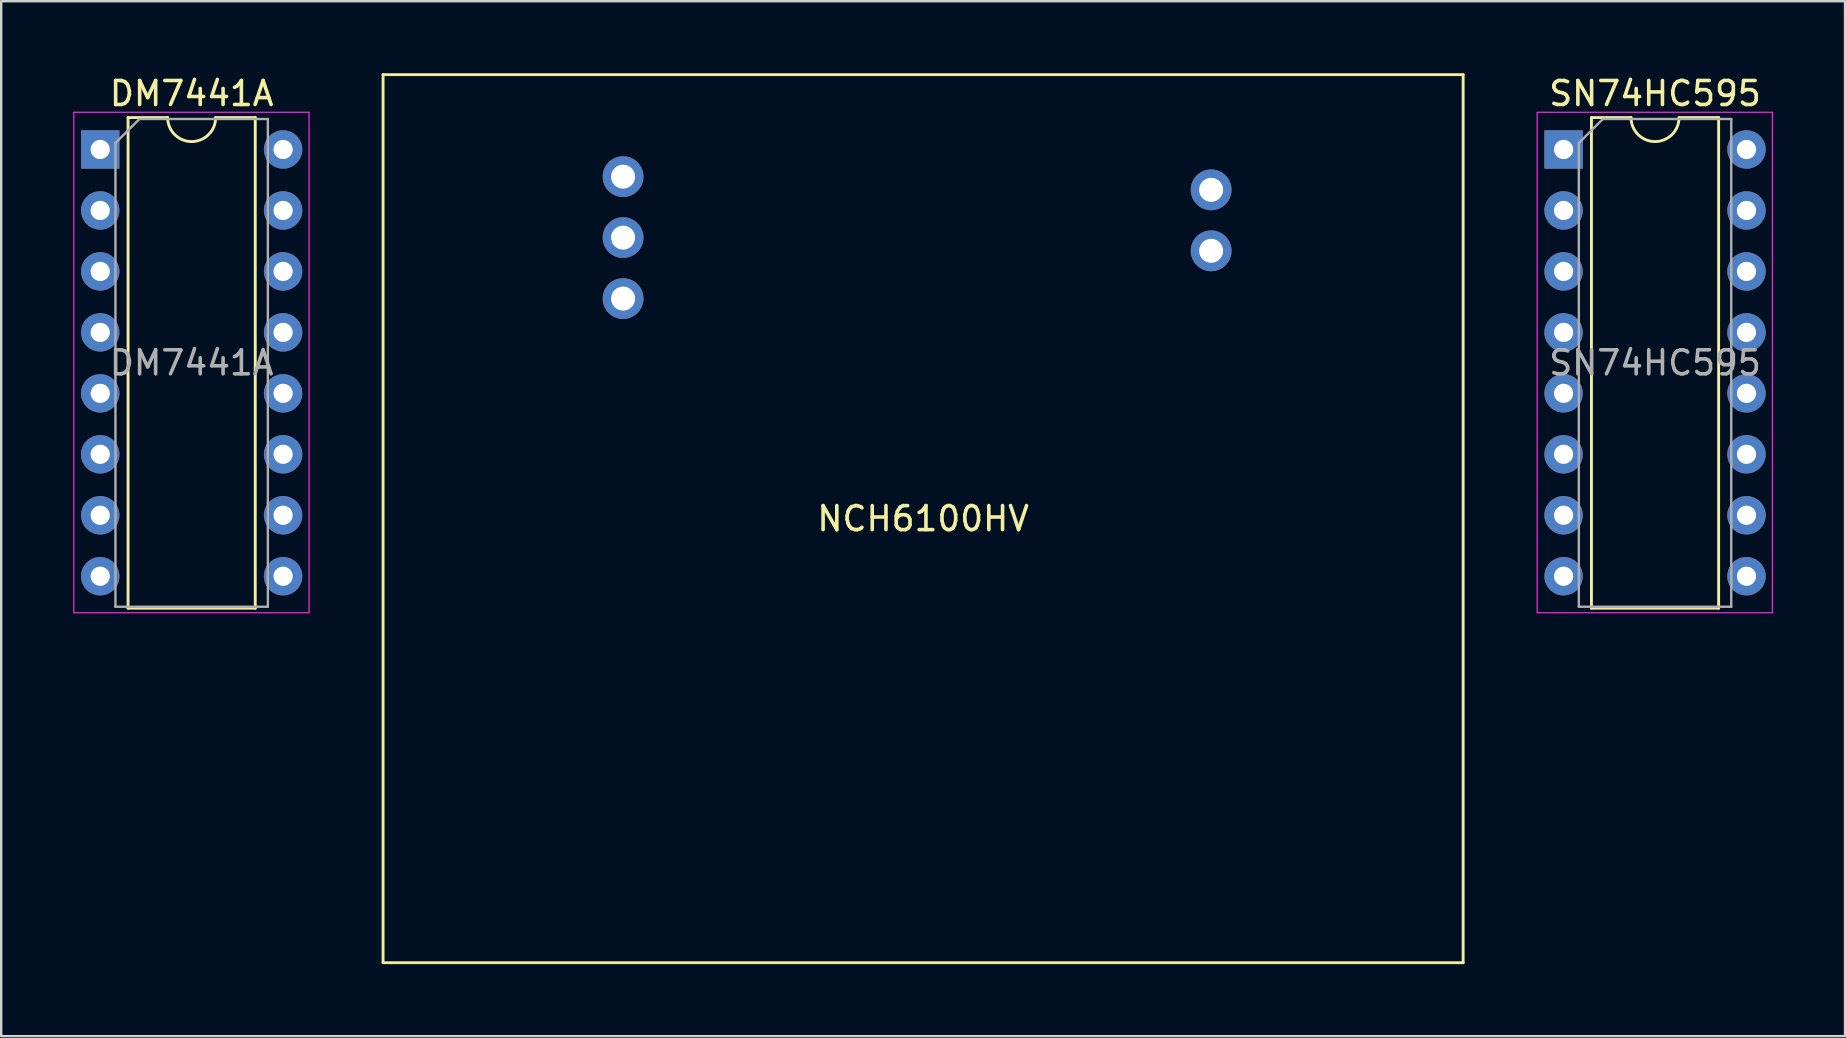
<source format=kicad_pcb>
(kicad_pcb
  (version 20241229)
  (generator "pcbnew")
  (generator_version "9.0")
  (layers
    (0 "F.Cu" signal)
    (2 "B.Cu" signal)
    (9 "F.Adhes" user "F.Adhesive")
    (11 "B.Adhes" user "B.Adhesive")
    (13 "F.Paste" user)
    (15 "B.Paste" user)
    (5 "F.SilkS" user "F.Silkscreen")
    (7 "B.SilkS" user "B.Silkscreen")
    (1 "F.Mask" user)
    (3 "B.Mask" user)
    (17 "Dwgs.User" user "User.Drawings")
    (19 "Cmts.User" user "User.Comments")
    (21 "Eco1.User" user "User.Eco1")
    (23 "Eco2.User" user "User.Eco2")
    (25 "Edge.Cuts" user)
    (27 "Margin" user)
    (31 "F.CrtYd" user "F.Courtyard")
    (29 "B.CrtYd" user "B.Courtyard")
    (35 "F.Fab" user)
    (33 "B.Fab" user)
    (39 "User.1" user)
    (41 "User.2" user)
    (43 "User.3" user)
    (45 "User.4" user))
  (footprint "DM7441A"
    (layer "F.Cu")
    (at 1.125 3.178)
    (property "Reference" "DM7441A" (at 3.81 -2.33 0) (layer "F.SilkS") (effects (font (size 1 1) (thickness 0.15))))
    (attr through_hole)
    (fp_line (start 1.16 -1.33) (end 1.16 19.11) (stroke (width 0.12) (type solid)) (layer "F.SilkS"))
    (fp_line (start 1.16 19.11) (end 6.46 19.11) (stroke (width 0.12) (type solid)) (layer "F.SilkS"))
    (fp_line (start 2.81 -1.33) (end 1.16 -1.33) (stroke (width 0.12) (type solid)) (layer "F.SilkS"))
    (fp_line (start 6.46 -1.33) (end 4.81 -1.33) (stroke (width 0.12) (type solid)) (layer "F.SilkS"))
    (fp_line (start 6.46 19.11) (end 6.46 -1.33) (stroke (width 0.12) (type solid)) (layer "F.SilkS"))
    (fp_arc (start 4.81 -1.33) (mid 3.81 -0.33) (end 2.81 -1.33) (stroke (width 0.12) (type solid)) (layer "F.SilkS"))
    (fp_line (start -1.1 -1.55) (end -1.1 19.3) (stroke (width 0.05) (type solid)) (layer "F.CrtYd"))
    (fp_line (start -1.1 19.3) (end 8.7 19.3) (stroke (width 0.05) (type solid)) (layer "F.CrtYd"))
    (fp_line (start 8.7 -1.55) (end -1.1 -1.55) (stroke (width 0.05) (type solid)) (layer "F.CrtYd"))
    (fp_line (start 8.7 19.3) (end 8.7 -1.55) (stroke (width 0.05) (type solid)) (layer "F.CrtYd"))
    (fp_line (start 0.635 -0.27) (end 1.635 -1.27) (stroke (width 0.1) (type solid)) (layer "F.Fab"))
    (fp_line (start 0.635 19.05) (end 0.635 -0.27) (stroke (width 0.1) (type solid)) (layer "F.Fab"))
    (fp_line (start 1.635 -1.27) (end 6.985 -1.27) (stroke (width 0.1) (type solid)) (layer "F.Fab"))
    (fp_line (start 6.985 -1.27) (end 6.985 19.05) (stroke (width 0.1) (type solid)) (layer "F.Fab"))
    (fp_line (start 6.985 19.05) (end 0.635 19.05) (stroke (width 0.1) (type solid)) (layer "F.Fab"))
    (fp_text user "${REFERENCE}" (at 3.81 8.89 0) (layer "F.Fab") (effects (font (size 1 1) (thickness 0.15))))
    (pad "GND" thru_hole oval (at 7.62 10.16) (size 1.6 1.6) (drill 0.8) (layers "*.Cu" "*.Mask"))
    (pad "IN_A" thru_hole oval (at 0 5.08) (size 1.6 1.6) (drill 0.8) (layers "*.Cu" "*.Mask"))
    (pad "IN_B" thru_hole oval (at 0 12.7) (size 1.6 1.6) (drill 0.8) (layers "*.Cu" "*.Mask"))
    (pad "IN_C" thru_hole oval (at 0 15.24) (size 1.6 1.6) (drill 0.8) (layers "*.Cu" "*.Mask"))
    (pad "IN_D" thru_hole oval (at 0 7.62) (size 1.6 1.6) (drill 0.8) (layers "*.Cu" "*.Mask"))
    (pad "OUT_0" thru_hole oval (at 7.62 0) (size 1.6 1.6) (drill 0.8) (layers "*.Cu" "*.Mask"))
    (pad "OUT_1" thru_hole oval (at 7.62 2.54) (size 1.6 1.6) (drill 0.8) (layers "*.Cu" "*.Mask"))
    (pad "OUT_2" thru_hole oval (at 0 17.78) (size 1.6 1.6) (drill 0.8) (layers "*.Cu" "*.Mask"))
    (pad "OUT_3" thru_hole oval (at 7.62 17.78) (size 1.6 1.6) (drill 0.8) (layers "*.Cu" "*.Mask"))
    (pad "OUT_5" thru_hole oval (at 7.62 5.08) (size 1.6 1.6) (drill 0.8) (layers "*.Cu" "*.Mask"))
    (pad "OUT_5" thru_hole oval (at 7.62 7.62) (size 1.6 1.6) (drill 0.8) (layers "*.Cu" "*.Mask"))
    (pad "OUT_6" thru_hole oval (at 7.62 12.7) (size 1.6 1.6) (drill 0.8) (layers "*.Cu" "*.Mask"))
    (pad "OUT_7" thru_hole oval (at 7.62 15.24) (size 1.6 1.6) (drill 0.8) (layers "*.Cu" "*.Mask"))
    (pad "OUT_8" thru_hole rect (at 0 0) (size 1.6 1.6) (drill 0.8) (layers "*.Cu" "*.Mask"))
    (pad "OUT_9" thru_hole oval (at 0 2.54) (size 1.6 1.6) (drill 0.8) (layers "*.Cu" "*.Mask"))
    (pad "VCC" thru_hole oval (at 0 10.16) (size 1.6 1.6) (drill 0.8) (layers "*.Cu" "*.Mask")))
  (footprint "SN74HC595"
    (layer "F.Cu")
    (at 62.095 3.178)
    (property "Reference" "SN74HC595" (at 3.81 -2.33 0) (layer "F.SilkS") (effects (font (size 1 1) (thickness 0.15))))
    (attr through_hole)
    (fp_line (start 1.16 -1.33) (end 1.16 19.11) (stroke (width 0.12) (type solid)) (layer "F.SilkS"))
    (fp_line (start 1.16 19.11) (end 6.46 19.11) (stroke (width 0.12) (type solid)) (layer "F.SilkS"))
    (fp_line (start 2.81 -1.33) (end 1.16 -1.33) (stroke (width 0.12) (type solid)) (layer "F.SilkS"))
    (fp_line (start 6.46 -1.33) (end 4.81 -1.33) (stroke (width 0.12) (type solid)) (layer "F.SilkS"))
    (fp_line (start 6.46 19.11) (end 6.46 -1.33) (stroke (width 0.12) (type solid)) (layer "F.SilkS"))
    (fp_arc (start 4.81 -1.33) (mid 3.81 -0.33) (end 2.81 -1.33) (stroke (width 0.12) (type solid)) (layer "F.SilkS"))
    (fp_line (start -1.1 -1.55) (end -1.1 19.3) (stroke (width 0.05) (type solid)) (layer "F.CrtYd"))
    (fp_line (start -1.1 19.3) (end 8.7 19.3) (stroke (width 0.05) (type solid)) (layer "F.CrtYd"))
    (fp_line (start 8.7 -1.55) (end -1.1 -1.55) (stroke (width 0.05) (type solid)) (layer "F.CrtYd"))
    (fp_line (start 8.7 19.3) (end 8.7 -1.55) (stroke (width 0.05) (type solid)) (layer "F.CrtYd"))
    (fp_line (start 0.635 -0.27) (end 1.635 -1.27) (stroke (width 0.1) (type solid)) (layer "F.Fab"))
    (fp_line (start 0.635 19.05) (end 0.635 -0.27) (stroke (width 0.1) (type solid)) (layer "F.Fab"))
    (fp_line (start 1.635 -1.27) (end 6.985 -1.27) (stroke (width 0.1) (type solid)) (layer "F.Fab"))
    (fp_line (start 6.985 -1.27) (end 6.985 19.05) (stroke (width 0.1) (type solid)) (layer "F.Fab"))
    (fp_line (start 6.985 19.05) (end 0.635 19.05) (stroke (width 0.1) (type solid)) (layer "F.Fab"))
    (fp_text user "${REFERENCE}" (at 3.81 8.89 0) (layer "F.Fab") (effects (font (size 1 1) (thickness 0.15))))
    (pad "GND" thru_hole oval (at 0 17.78) (size 1.6 1.6) (drill 0.8) (layers "*.Cu" "*.Mask"))
    (pad "QA" thru_hole oval (at 7.62 2.54) (size 1.6 1.6) (drill 0.8) (layers "*.Cu" "*.Mask"))
    (pad "QB" thru_hole rect (at 0 0) (size 1.6 1.6) (drill 0.8) (layers "*.Cu" "*.Mask"))
    (pad "QC" thru_hole oval (at 0 2.54) (size 1.6 1.6) (drill 0.8) (layers "*.Cu" "*.Mask"))
    (pad "QD" thru_hole oval (at 0 5.08) (size 1.6 1.6) (drill 0.8) (layers "*.Cu" "*.Mask"))
    (pad "QE" thru_hole oval (at 0 7.62) (size 1.6 1.6) (drill 0.8) (layers "*.Cu" "*.Mask"))
    (pad "QF" thru_hole oval (at 0 10.16) (size 1.6 1.6) (drill 0.8) (layers "*.Cu" "*.Mask"))
    (pad "QG" thru_hole oval (at 0 12.7) (size 1.6 1.6) (drill 0.8) (layers "*.Cu" "*.Mask"))
    (pad "QH" thru_hole oval (at 0 15.24) (size 1.6 1.6) (drill 0.8) (layers "*.Cu" "*.Mask"))
    (pad "QH'" thru_hole oval (at 7.62 17.78) (size 1.6 1.6) (drill 0.8) (layers "*.Cu" "*.Mask"))
    (pad "RCLK" thru_hole oval (at 7.62 10.16) (size 1.6 1.6) (drill 0.8) (layers "*.Cu" "*.Mask"))
    (pad "SER" thru_hole oval (at 7.62 5.08) (size 1.6 1.6) (drill 0.8) (layers "*.Cu" "*.Mask"))
    (pad "SRCLK" thru_hole oval (at 7.62 12.7) (size 1.6 1.6) (drill 0.8) (layers "*.Cu" "*.Mask"))
    (pad "VCC" thru_hole oval (at 7.62 0) (size 1.6 1.6) (drill 0.8) (layers "*.Cu" "*.Mask"))
    (pad "~OE" thru_hole oval (at 7.62 7.62) (size 1.6 1.6) (drill 0.8) (layers "*.Cu" "*.Mask"))
    (pad "~SRCLR" thru_hole oval (at 7.62 15.24) (size 1.6 1.6) (drill 0.8) (layers "*.Cu" "*.Mask")))
  (footprint "NCH6100HV"
    (layer "F.Cu")
    (at 35.41 18.56)
    (property "Reference" "NCH6100HV" (at 0 0 0) (layer "F.SilkS") (effects (font (size 1 1) (thickness 0.15))))
    (attr through_hole)
    (fp_line (start -22.5 -18.5) (end 22.5 -18.5) (stroke (width 0.12) (type solid)) (layer "F.SilkS"))
    (fp_line (start -22.5 18.5) (end -22.5 -18.5) (stroke (width 0.12) (type solid)) (layer "F.SilkS"))
    (fp_line (start -22.5 18.5) (end 22.5 18.5) (stroke (width 0.12) (type solid)) (layer "F.SilkS"))
    (fp_line (start 22.5 18.5) (end 22.5 -18.5) (stroke (width 0.12) (type solid)) (layer "F.SilkS"))
    (pad "GND" thru_hole circle (at -12.5 -14.25) (size 1.7 1.7) (drill 1) (layers "*.Cu" "*.Mask"))
    (pad "GND" thru_hole circle (at 12 -13.7) (size 1.7 1.7) (drill 1) (layers "*.Cu" "*.Mask"))
    (pad "HV" thru_hole circle (at 12 -11.16) (size 1.7 1.7) (drill 1) (layers "*.Cu" "*.Mask"))
    (pad "SHDN" thru_hole circle (at -12.5 -11.71) (size 1.7 1.7) (drill 1) (layers "*.Cu" "*.Mask"))
    (pad "VIN" thru_hole circle (at -12.5 -9.17) (size 1.7 1.7) (drill 1) (layers "*.Cu" "*.Mask")))
  (gr_rect
    (start -3 -3)
    (end 73.82 40.12)
    (stroke (width 0.1) (type default))
    (fill no)
    (layer "Edge.Cuts")))
</source>
